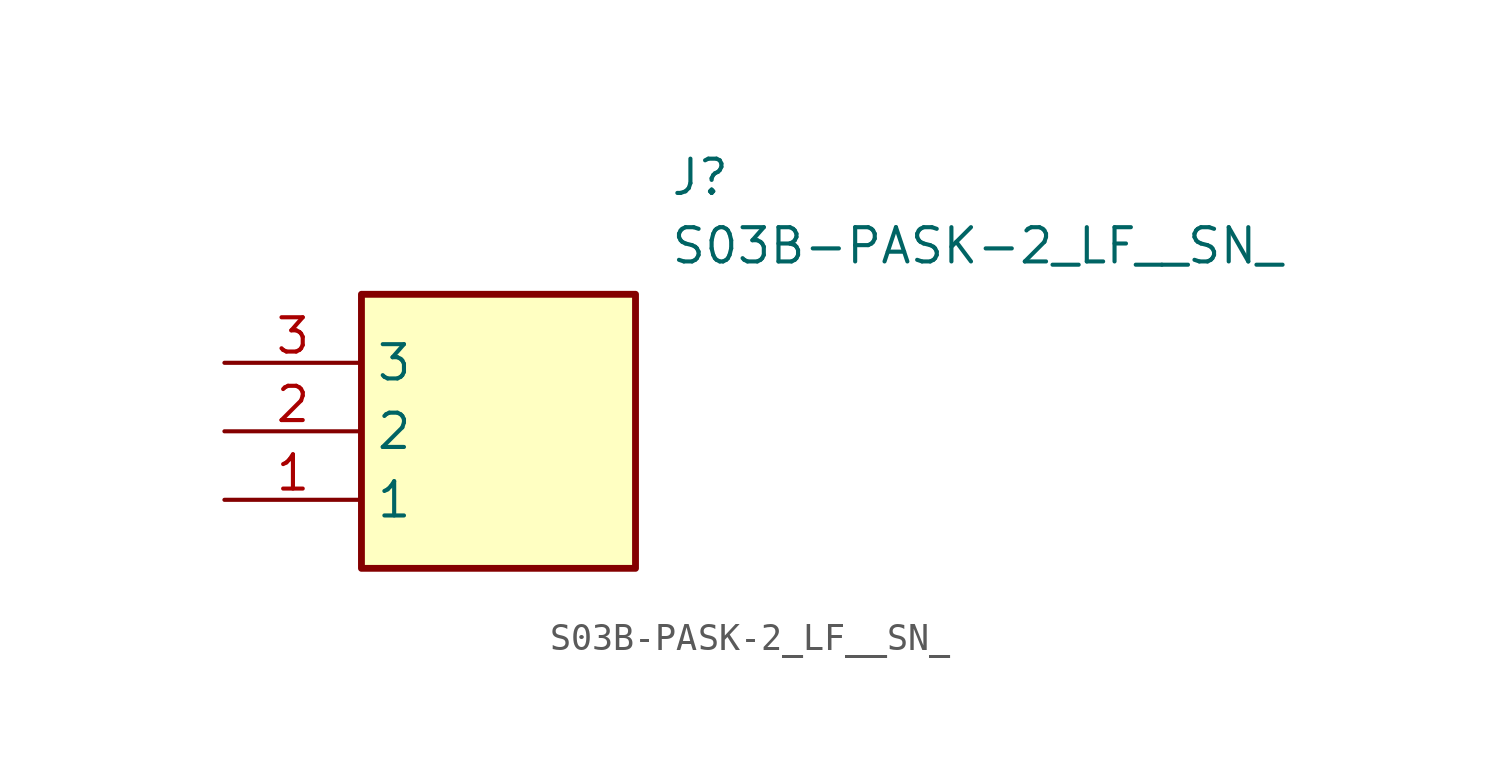
<source format=kicad_sym>
(kicad_symbol_lib
  (version 20211014)
  (generator SamacSys_ECAD_Model)
  (symbol "S03B-PASK-2_LF__SN_"
    (property "Reference" "J"
      (at 16.51 7.62 0)
      (effects (font (size 1.27 1.27)) (justify left top)))
    (property "Value" "S03B-PASK-2_LF__SN_"
      (at 16.51 5.08 0)
      (effects (font (size 1.27 1.27)) (justify left top)))
    (rectangle
      (start 5.08 2.54)
      (end 15.24 -7.62)
      (stroke (width 0.254) (type default))
      (fill (type background)))
    (pin passive line
      (at 0 -5.08 0)
      (length 5.08)
      (name "1" (effects (font (size 1.27 1.27))))
      (number "1" (effects (font (size 1.27 1.27)))))
    (pin passive line
      (at 0 -2.54 0)
      (length 5.08)
      (name "2" (effects (font (size 1.27 1.27))))
      (number "2" (effects (font (size 1.27 1.27)))))
    (pin passive line
      (at 0 0 0)
      (length 5.08)
      (name "3" (effects (font (size 1.27 1.27))))
      (number "3" (effects (font (size 1.27 1.27)))))))
</source>
